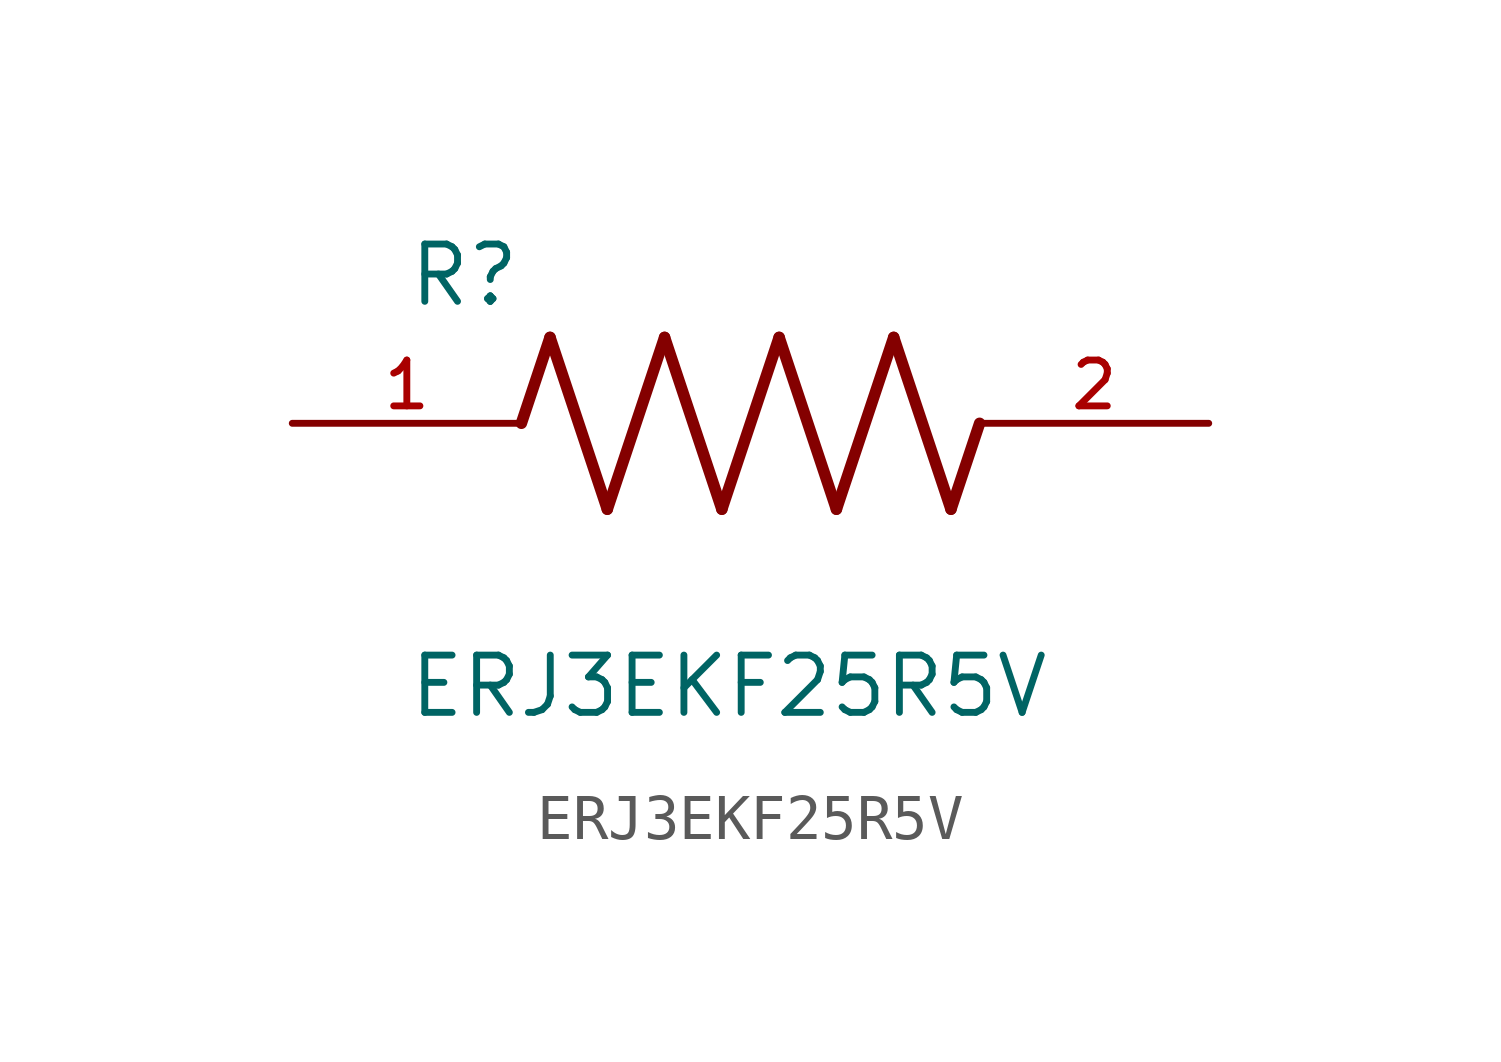
<source format=kicad_sym>
(kicad_symbol_lib
  (version 20211014)
  (generator kicad_symbol_editor)
  (symbol "ERJ3EKF25R5V"
    (pin_names
      (offset 1.016))
    (property "Reference" "R"
      (at -7.624 2.541 0)
      (effects (font (size 1.27 1.27)) (justify bottom left)))
    (property "Value" "ERJ3EKF25R5V"
      (at -7.624 -5.087 0)
      (effects (font (size 1.27 1.27)) (justify top left)))
    (symbol "ERJ3EKF25R5V_0_0"
      (polyline (pts (xy -5.08 0.0) (xy -4.445 1.905)) (stroke (width 0.254)))
      (polyline (pts (xy -4.445 1.905) (xy -3.175 -1.905)) (stroke (width 0.254)))
      (polyline (pts (xy -3.175 -1.905) (xy -1.905 1.905)) (stroke (width 0.254)))
      (polyline (pts (xy -1.905 1.905) (xy -0.635 -1.905)) (stroke (width 0.254)))
      (polyline (pts (xy -0.635 -1.905) (xy 0.635 1.905)) (stroke (width 0.254)))
      (polyline (pts (xy 0.635 1.905) (xy 1.905 -1.905)) (stroke (width 0.254)))
      (polyline (pts (xy 1.905 -1.905) (xy 3.175 1.905)) (stroke (width 0.254)))
      (polyline (pts (xy 3.175 1.905) (xy 4.445 -1.905)) (stroke (width 0.254)))
      (polyline (pts (xy 4.445 -1.905) (xy 5.08 0.0)) (stroke (width 0.254)))
      (pin passive line (at -10.16 0.0 0) (length 5.08) (name "~" (effects (font (size 1.016 1.016)))) (number "1" (effects (font (size 1.016 1.016)))))
      (pin passive line (at 10.16 0.0 180.0) (length 5.08) (name "~" (effects (font (size 1.016 1.016)))) (number "2" (effects (font (size 1.016 1.016))))))))
</source>
